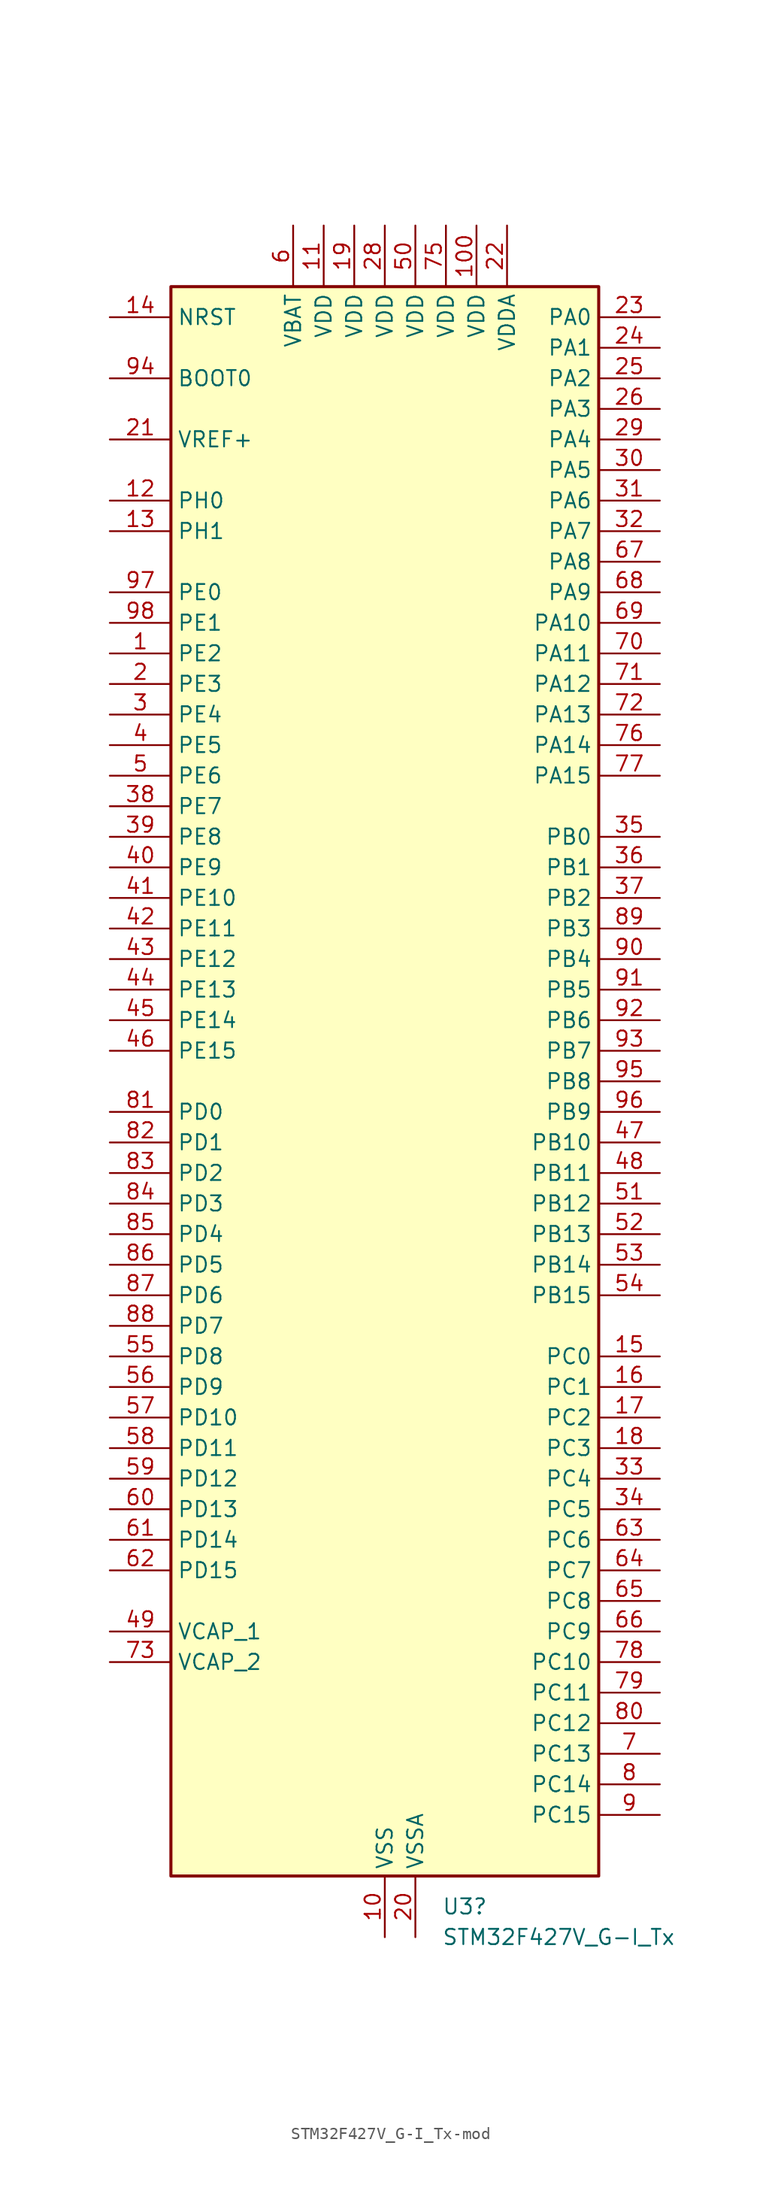
<source format=kicad_sym>
(kicad_symbol_lib
  (version 20241209)
  (generator "kicad_symbol_editor")
  (generator_version "9.0")
  (symbol "STM32F427V_G-I_Tx-mod"
    (property "Reference" "U3"
      (at 4.734 -68.58 0)
      (effects (font (size 1.27 1.27)) (justify left)))
    (property "Value" "STM32F427V_G-I_Tx"
      (at 4.734 -71.12 0)
      (effects (font (size 1.27 1.27)) (justify left)))
    (property "ki_locked" ""
      (at 0 0 0)
      (effects (font (size 1.27 1.27))))
    (symbol "STM32F427V_G-I_Tx-mod_0_1"
      (rectangle (start -17.78 -66.04) (end 17.78 66.04) (stroke (width 0.254) (type default)) (fill (type background))))
    (symbol "STM32F427V_G-I_Tx-mod_1_1"
      (pin input line (at -22.86 63.5 0) (length 5.08) (name "NRST" (effects (font (size 1.27 1.27)))) (number "14" (effects (font (size 1.27 1.27)))))
      (pin input line (at -22.86 58.42 0) (length 5.08) (name "BOOT0" (effects (font (size 1.27 1.27)))) (number "94" (effects (font (size 1.27 1.27)))))
      (pin input line (at -22.86 53.34 0) (length 5.08) (name "VREF+" (effects (font (size 1.27 1.27)))) (number "21" (effects (font (size 1.27 1.27)))))
      (pin bidirectional line (at -22.86 48.26 0) (length 5.08) (name "PH0" (effects (font (size 1.27 1.27)))) (number "12" (effects (font (size 1.27 1.27)))) (alternate "RCC_OSC_IN" bidirectional line))
      (pin bidirectional line (at -22.86 45.72 0) (length 5.08) (name "PH1" (effects (font (size 1.27 1.27)))) (number "13" (effects (font (size 1.27 1.27)))) (alternate "RCC_OSC_OUT" bidirectional line))
      (pin bidirectional line (at -22.86 40.64 0) (length 5.08) (name "PE0" (effects (font (size 1.27 1.27)))) (number "97" (effects (font (size 1.27 1.27)))) (alternate "DCMI_D2" bidirectional line) (alternate "FMC_NBL0" bidirectional line) (alternate "TIM4_ETR" bidirectional line) (alternate "UART8_RX" bidirectional line))
      (pin bidirectional line (at -22.86 38.1 0) (length 5.08) (name "PE1" (effects (font (size 1.27 1.27)))) (number "98" (effects (font (size 1.27 1.27)))) (alternate "DCMI_D3" bidirectional line) (alternate "FMC_NBL1" bidirectional line) (alternate "UART8_TX" bidirectional line))
      (pin bidirectional line (at -22.86 35.56 0) (length 5.08) (name "PE2" (effects (font (size 1.27 1.27)))) (number "1" (effects (font (size 1.27 1.27)))) (alternate "ETH_TXD3" bidirectional line) (alternate "FMC_A23" bidirectional line) (alternate "SAI1_MCLK_A" bidirectional line) (alternate "SPI4_SCK" bidirectional line) (alternate "SYS_TRACECLK" bidirectional line))
      (pin bidirectional line (at -22.86 33.02 0) (length 5.08) (name "PE3" (effects (font (size 1.27 1.27)))) (number "2" (effects (font (size 1.27 1.27)))) (alternate "FMC_A19" bidirectional line) (alternate "SAI1_SD_B" bidirectional line) (alternate "SYS_TRACED0" bidirectional line))
      (pin bidirectional line (at -22.86 30.48 0) (length 5.08) (name "PE4" (effects (font (size 1.27 1.27)))) (number "3" (effects (font (size 1.27 1.27)))) (alternate "DCMI_D4" bidirectional line) (alternate "FMC_A20" bidirectional line) (alternate "SAI1_FS_A" bidirectional line) (alternate "SPI4_NSS" bidirectional line) (alternate "SYS_TRACED1" bidirectional line))
      (pin bidirectional line (at -22.86 27.94 0) (length 5.08) (name "PE5" (effects (font (size 1.27 1.27)))) (number "4" (effects (font (size 1.27 1.27)))) (alternate "DCMI_D6" bidirectional line) (alternate "FMC_A21" bidirectional line) (alternate "SAI1_SCK_A" bidirectional line) (alternate "SPI4_MISO" bidirectional line) (alternate "SYS_TRACED2" bidirectional line) (alternate "TIM9_CH1" bidirectional line))
      (pin bidirectional line (at -22.86 25.4 0) (length 5.08) (name "PE6" (effects (font (size 1.27 1.27)))) (number "5" (effects (font (size 1.27 1.27)))) (alternate "DCMI_D7" bidirectional line) (alternate "FMC_A22" bidirectional line) (alternate "SAI1_SD_A" bidirectional line) (alternate "SPI4_MOSI" bidirectional line) (alternate "SYS_TRACED3" bidirectional line) (alternate "TIM9_CH2" bidirectional line))
      (pin bidirectional line (at -22.86 22.86 0) (length 5.08) (name "PE7" (effects (font (size 1.27 1.27)))) (number "38" (effects (font (size 1.27 1.27)))) (alternate "FMC_D4" bidirectional line) (alternate "FMC_DA4" bidirectional line) (alternate "TIM1_ETR" bidirectional line) (alternate "UART7_RX" bidirectional line))
      (pin bidirectional line (at -22.86 20.32 0) (length 5.08) (name "PE8" (effects (font (size 1.27 1.27)))) (number "39" (effects (font (size 1.27 1.27)))) (alternate "FMC_D5" bidirectional line) (alternate "FMC_DA5" bidirectional line) (alternate "TIM1_CH1N" bidirectional line) (alternate "UART7_TX" bidirectional line))
      (pin bidirectional line (at -22.86 17.78 0) (length 5.08) (name "PE9" (effects (font (size 1.27 1.27)))) (number "40" (effects (font (size 1.27 1.27)))) (alternate "DAC_EXTI9" bidirectional line) (alternate "FMC_D6" bidirectional line) (alternate "FMC_DA6" bidirectional line) (alternate "TIM1_CH1" bidirectional line))
      (pin bidirectional line (at -22.86 15.24 0) (length 5.08) (name "PE10" (effects (font (size 1.27 1.27)))) (number "41" (effects (font (size 1.27 1.27)))) (alternate "FMC_D7" bidirectional line) (alternate "FMC_DA7" bidirectional line) (alternate "TIM1_CH2N" bidirectional line))
      (pin bidirectional line (at -22.86 12.7 0) (length 5.08) (name "PE11" (effects (font (size 1.27 1.27)))) (number "42" (effects (font (size 1.27 1.27)))) (alternate "ADC1_EXTI11" bidirectional line) (alternate "ADC2_EXTI11" bidirectional line) (alternate "ADC3_EXTI11" bidirectional line) (alternate "FMC_D8" bidirectional line) (alternate "FMC_DA8" bidirectional line) (alternate "SPI4_NSS" bidirectional line) (alternate "TIM1_CH2" bidirectional line))
      (pin bidirectional line (at -22.86 10.16 0) (length 5.08) (name "PE12" (effects (font (size 1.27 1.27)))) (number "43" (effects (font (size 1.27 1.27)))) (alternate "FMC_D9" bidirectional line) (alternate "FMC_DA9" bidirectional line) (alternate "SPI4_SCK" bidirectional line) (alternate "TIM1_CH3N" bidirectional line))
      (pin bidirectional line (at -22.86 7.62 0) (length 5.08) (name "PE13" (effects (font (size 1.27 1.27)))) (number "44" (effects (font (size 1.27 1.27)))) (alternate "FMC_D10" bidirectional line) (alternate "FMC_DA10" bidirectional line) (alternate "SPI4_MISO" bidirectional line) (alternate "TIM1_CH3" bidirectional line))
      (pin bidirectional line (at -22.86 5.08 0) (length 5.08) (name "PE14" (effects (font (size 1.27 1.27)))) (number "45" (effects (font (size 1.27 1.27)))) (alternate "FMC_D11" bidirectional line) (alternate "FMC_DA11" bidirectional line) (alternate "SPI4_MOSI" bidirectional line) (alternate "TIM1_CH4" bidirectional line))
      (pin bidirectional line (at -22.86 2.54 0) (length 5.08) (name "PE15" (effects (font (size 1.27 1.27)))) (number "46" (effects (font (size 1.27 1.27)))) (alternate "ADC1_EXTI15" bidirectional line) (alternate "ADC2_EXTI15" bidirectional line) (alternate "ADC3_EXTI15" bidirectional line) (alternate "FMC_D12" bidirectional line) (alternate "FMC_DA12" bidirectional line) (alternate "TIM1_BKIN" bidirectional line))
      (pin bidirectional line (at -22.86 -2.54 0) (length 5.08) (name "PD0" (effects (font (size 1.27 1.27)))) (number "81" (effects (font (size 1.27 1.27)))) (alternate "CAN1_RX" bidirectional line) (alternate "FMC_D2" bidirectional line) (alternate "FMC_DA2" bidirectional line))
      (pin bidirectional line (at -22.86 -5.08 0) (length 5.08) (name "PD1" (effects (font (size 1.27 1.27)))) (number "82" (effects (font (size 1.27 1.27)))) (alternate "CAN1_TX" bidirectional line) (alternate "FMC_D3" bidirectional line) (alternate "FMC_DA3" bidirectional line))
      (pin bidirectional line (at -22.86 -7.62 0) (length 5.08) (name "PD2" (effects (font (size 1.27 1.27)))) (number "83" (effects (font (size 1.27 1.27)))) (alternate "DCMI_D11" bidirectional line) (alternate "SDIO_CMD" bidirectional line) (alternate "TIM3_ETR" bidirectional line) (alternate "UART5_RX" bidirectional line))
      (pin bidirectional line (at -22.86 -10.16 0) (length 5.08) (name "PD3" (effects (font (size 1.27 1.27)))) (number "84" (effects (font (size 1.27 1.27)))) (alternate "DCMI_D5" bidirectional line) (alternate "FMC_CLK" bidirectional line) (alternate "I2S2_CK" bidirectional line) (alternate "SPI2_SCK" bidirectional line) (alternate "USART2_CTS" bidirectional line))
      (pin bidirectional line (at -22.86 -12.7 0) (length 5.08) (name "PD4" (effects (font (size 1.27 1.27)))) (number "85" (effects (font (size 1.27 1.27)))) (alternate "FMC_NOE" bidirectional line) (alternate "USART2_RTS" bidirectional line))
      (pin bidirectional line (at -22.86 -15.24 0) (length 5.08) (name "PD5" (effects (font (size 1.27 1.27)))) (number "86" (effects (font (size 1.27 1.27)))) (alternate "FMC_NWE" bidirectional line) (alternate "USART2_TX" bidirectional line))
      (pin bidirectional line (at -22.86 -17.78 0) (length 5.08) (name "PD6" (effects (font (size 1.27 1.27)))) (number "87" (effects (font (size 1.27 1.27)))) (alternate "DCMI_D10" bidirectional line) (alternate "FMC_NWAIT" bidirectional line) (alternate "I2S3_SD" bidirectional line) (alternate "SAI1_SD_A" bidirectional line) (alternate "SPI3_MOSI" bidirectional line) (alternate "USART2_RX" bidirectional line))
      (pin bidirectional line (at -22.86 -20.32 0) (length 5.08) (name "PD7" (effects (font (size 1.27 1.27)))) (number "88" (effects (font (size 1.27 1.27)))) (alternate "FMC_NCE2" bidirectional line) (alternate "FMC_NE1" bidirectional line) (alternate "USART2_CK" bidirectional line))
      (pin bidirectional line (at -22.86 -22.86 0) (length 5.08) (name "PD8" (effects (font (size 1.27 1.27)))) (number "55" (effects (font (size 1.27 1.27)))) (alternate "FMC_D13" bidirectional line) (alternate "FMC_DA13" bidirectional line) (alternate "USART3_TX" bidirectional line))
      (pin bidirectional line (at -22.86 -25.4 0) (length 5.08) (name "PD9" (effects (font (size 1.27 1.27)))) (number "56" (effects (font (size 1.27 1.27)))) (alternate "DAC_EXTI9" bidirectional line) (alternate "FMC_D14" bidirectional line) (alternate "FMC_DA14" bidirectional line) (alternate "USART3_RX" bidirectional line))
      (pin bidirectional line (at -22.86 -27.94 0) (length 5.08) (name "PD10" (effects (font (size 1.27 1.27)))) (number "57" (effects (font (size 1.27 1.27)))) (alternate "FMC_D15" bidirectional line) (alternate "FMC_DA15" bidirectional line) (alternate "USART3_CK" bidirectional line))
      (pin bidirectional line (at -22.86 -30.48 0) (length 5.08) (name "PD11" (effects (font (size 1.27 1.27)))) (number "58" (effects (font (size 1.27 1.27)))) (alternate "ADC1_EXTI11" bidirectional line) (alternate "ADC2_EXTI11" bidirectional line) (alternate "ADC3_EXTI11" bidirectional line) (alternate "FMC_A16" bidirectional line) (alternate "FMC_CLE" bidirectional line) (alternate "USART3_CTS" bidirectional line))
      (pin bidirectional line (at -22.86 -33.02 0) (length 5.08) (name "PD12" (effects (font (size 1.27 1.27)))) (number "59" (effects (font (size 1.27 1.27)))) (alternate "FMC_A17" bidirectional line) (alternate "FMC_ALE" bidirectional line) (alternate "TIM4_CH1" bidirectional line) (alternate "USART3_RTS" bidirectional line))
      (pin bidirectional line (at -22.86 -35.56 0) (length 5.08) (name "PD13" (effects (font (size 1.27 1.27)))) (number "60" (effects (font (size 1.27 1.27)))) (alternate "FMC_A18" bidirectional line) (alternate "TIM4_CH2" bidirectional line))
      (pin bidirectional line (at -22.86 -38.1 0) (length 5.08) (name "PD14" (effects (font (size 1.27 1.27)))) (number "61" (effects (font (size 1.27 1.27)))) (alternate "FMC_D0" bidirectional line) (alternate "FMC_DA0" bidirectional line) (alternate "TIM4_CH3" bidirectional line))
      (pin bidirectional line (at -22.86 -40.64 0) (length 5.08) (name "PD15" (effects (font (size 1.27 1.27)))) (number "62" (effects (font (size 1.27 1.27)))) (alternate "ADC1_EXTI15" bidirectional line) (alternate "ADC2_EXTI15" bidirectional line) (alternate "ADC3_EXTI15" bidirectional line) (alternate "FMC_D1" bidirectional line) (alternate "FMC_DA1" bidirectional line) (alternate "TIM4_CH4" bidirectional line))
      (pin power_out line (at -22.86 -45.72 0) (length 5.08) (name "VCAP_1" (effects (font (size 1.27 1.27)))) (number "49" (effects (font (size 1.27 1.27)))))
      (pin power_out line (at -22.86 -48.26 0) (length 5.08) (name "VCAP_2" (effects (font (size 1.27 1.27)))) (number "73" (effects (font (size 1.27 1.27)))))
      (pin power_in line (at -7.62 71.12 270) (length 5.08) (name "VBAT" (effects (font (size 1.27 1.27)))) (number "6" (effects (font (size 1.27 1.27)))))
      (pin power_in line (at -5.08 71.12 270) (length 5.08) (name "VDD" (effects (font (size 1.27 1.27)))) (number "11" (effects (font (size 1.27 1.27)))))
      (pin power_in line (at -2.54 71.12 270) (length 5.08) (name "VDD" (effects (font (size 1.27 1.27)))) (number "19" (effects (font (size 1.27 1.27)))))
      (pin power_in line (at 0 71.12 270) (length 5.08) (name "VDD" (effects (font (size 1.27 1.27)))) (number "28" (effects (font (size 1.27 1.27)))))
      (pin power_in line (at 0 -71.12 90) (length 5.08) (name "VSS" (effects (font (size 1.27 1.27)))) (number "10" (effects (font (size 1.27 1.27)))))
      (pin passive line (at 0 -71.12 90) (length 5.08) (hide yes) (name "VSS" (effects (font (size 1.27 1.27)))) (number "27" (effects (font (size 1.27 1.27)))))
      (pin passive line (at 0 -71.12 90) (length 5.08) (hide yes) (name "VSS" (effects (font (size 1.27 1.27)))) (number "74" (effects (font (size 1.27 1.27)))))
      (pin passive line (at 0 -71.12 90) (length 5.08) (hide yes) (name "VSS" (effects (font (size 1.27 1.27)))) (number "99" (effects (font (size 1.27 1.27)))))
      (pin power_in line (at 2.54 71.12 270) (length 5.08) (name "VDD" (effects (font (size 1.27 1.27)))) (number "50" (effects (font (size 1.27 1.27)))))
      (pin power_in line (at 2.54 -71.12 90) (length 5.08) (name "VSSA" (effects (font (size 1.27 1.27)))) (number "20" (effects (font (size 1.27 1.27)))))
      (pin power_in line (at 5.08 71.12 270) (length 5.08) (name "VDD" (effects (font (size 1.27 1.27)))) (number "75" (effects (font (size 1.27 1.27)))))
      (pin power_in line (at 7.62 71.12 270) (length 5.08) (name "VDD" (effects (font (size 1.27 1.27)))) (number "100" (effects (font (size 1.27 1.27)))))
      (pin power_in line (at 10.16 71.12 270) (length 5.08) (name "VDDA" (effects (font (size 1.27 1.27)))) (number "22" (effects (font (size 1.27 1.27)))))
      (pin bidirectional line (at 22.86 63.5 180) (length 5.08) (name "PA0" (effects (font (size 1.27 1.27)))) (number "23" (effects (font (size 1.27 1.27)))) (alternate "ADC1_IN0" bidirectional line) (alternate "ADC2_IN0" bidirectional line) (alternate "ADC3_IN0" bidirectional line) (alternate "ETH_CRS" bidirectional line) (alternate "SYS_WKUP" bidirectional line) (alternate "TIM2_CH1" bidirectional line) (alternate "TIM2_ETR" bidirectional line) (alternate "TIM5_CH1" bidirectional line) (alternate "TIM8_ETR" bidirectional line) (alternate "UART4_TX" bidirectional line) (alternate "USART2_CTS" bidirectional line))
      (pin bidirectional line (at 22.86 60.96 180) (length 5.08) (name "PA1" (effects (font (size 1.27 1.27)))) (number "24" (effects (font (size 1.27 1.27)))) (alternate "ADC1_IN1" bidirectional line) (alternate "ADC2_IN1" bidirectional line) (alternate "ADC3_IN1" bidirectional line) (alternate "ETH_REF_CLK" bidirectional line) (alternate "ETH_RX_CLK" bidirectional line) (alternate "TIM2_CH2" bidirectional line) (alternate "TIM5_CH2" bidirectional line) (alternate "UART4_RX" bidirectional line) (alternate "USART2_RTS" bidirectional line))
      (pin bidirectional line (at 22.86 58.42 180) (length 5.08) (name "PA2" (effects (font (size 1.27 1.27)))) (number "25" (effects (font (size 1.27 1.27)))) (alternate "ADC1_IN2" bidirectional line) (alternate "ADC2_IN2" bidirectional line) (alternate "ADC3_IN2" bidirectional line) (alternate "ETH_MDIO" bidirectional line) (alternate "TIM2_CH3" bidirectional line) (alternate "TIM5_CH3" bidirectional line) (alternate "TIM9_CH1" bidirectional line) (alternate "USART2_TX" bidirectional line))
      (pin bidirectional line (at 22.86 55.88 180) (length 5.08) (name "PA3" (effects (font (size 1.27 1.27)))) (number "26" (effects (font (size 1.27 1.27)))) (alternate "ADC1_IN3" bidirectional line) (alternate "ADC2_IN3" bidirectional line) (alternate "ADC3_IN3" bidirectional line) (alternate "ETH_COL" bidirectional line) (alternate "TIM2_CH4" bidirectional line) (alternate "TIM5_CH4" bidirectional line) (alternate "TIM9_CH2" bidirectional line) (alternate "USART2_RX" bidirectional line) (alternate "USB_OTG_HS_ULPI_D0" bidirectional line))
      (pin bidirectional line (at 22.86 53.34 180) (length 5.08) (name "PA4" (effects (font (size 1.27 1.27)))) (number "29" (effects (font (size 1.27 1.27)))) (alternate "ADC1_IN4" bidirectional line) (alternate "ADC2_IN4" bidirectional line) (alternate "DAC_OUT1" bidirectional line) (alternate "DCMI_HSYNC" bidirectional line) (alternate "I2S3_WS" bidirectional line) (alternate "SPI1_NSS" bidirectional line) (alternate "SPI3_NSS" bidirectional line) (alternate "USART2_CK" bidirectional line) (alternate "USB_OTG_HS_SOF" bidirectional line))
      (pin bidirectional line (at 22.86 50.8 180) (length 5.08) (name "PA5" (effects (font (size 1.27 1.27)))) (number "30" (effects (font (size 1.27 1.27)))) (alternate "ADC1_IN5" bidirectional line) (alternate "ADC2_IN5" bidirectional line) (alternate "DAC_OUT2" bidirectional line) (alternate "SPI1_SCK" bidirectional line) (alternate "TIM2_CH1" bidirectional line) (alternate "TIM2_ETR" bidirectional line) (alternate "TIM8_CH1N" bidirectional line) (alternate "USB_OTG_HS_ULPI_CK" bidirectional line))
      (pin bidirectional line (at 22.86 48.26 180) (length 5.08) (name "PA6" (effects (font (size 1.27 1.27)))) (number "31" (effects (font (size 1.27 1.27)))) (alternate "ADC1_IN6" bidirectional line) (alternate "ADC2_IN6" bidirectional line) (alternate "DCMI_PIXCLK" bidirectional line) (alternate "SPI1_MISO" bidirectional line) (alternate "TIM13_CH1" bidirectional line) (alternate "TIM1_BKIN" bidirectional line) (alternate "TIM3_CH1" bidirectional line) (alternate "TIM8_BKIN" bidirectional line))
      (pin bidirectional line (at 22.86 45.72 180) (length 5.08) (name "PA7" (effects (font (size 1.27 1.27)))) (number "32" (effects (font (size 1.27 1.27)))) (alternate "ADC1_IN7" bidirectional line) (alternate "ADC2_IN7" bidirectional line) (alternate "ETH_CRS_DV" bidirectional line) (alternate "ETH_RX_DV" bidirectional line) (alternate "SPI1_MOSI" bidirectional line) (alternate "TIM14_CH1" bidirectional line) (alternate "TIM1_CH1N" bidirectional line) (alternate "TIM3_CH2" bidirectional line) (alternate "TIM8_CH1N" bidirectional line))
      (pin bidirectional line (at 22.86 43.18 180) (length 5.08) (name "PA8" (effects (font (size 1.27 1.27)))) (number "67" (effects (font (size 1.27 1.27)))) (alternate "I2C3_SCL" bidirectional line) (alternate "RCC_MCO_1" bidirectional line) (alternate "TIM1_CH1" bidirectional line) (alternate "USART1_CK" bidirectional line) (alternate "USB_OTG_FS_SOF" bidirectional line))
      (pin bidirectional line (at 22.86 40.64 180) (length 5.08) (name "PA9" (effects (font (size 1.27 1.27)))) (number "68" (effects (font (size 1.27 1.27)))) (alternate "DAC_EXTI9" bidirectional line) (alternate "DCMI_D0" bidirectional line) (alternate "I2C3_SMBA" bidirectional line) (alternate "TIM1_CH2" bidirectional line) (alternate "USART1_TX" bidirectional line) (alternate "USB_OTG_FS_VBUS" bidirectional line))
      (pin bidirectional line (at 22.86 38.1 180) (length 5.08) (name "PA10" (effects (font (size 1.27 1.27)))) (number "69" (effects (font (size 1.27 1.27)))) (alternate "DCMI_D1" bidirectional line) (alternate "TIM1_CH3" bidirectional line) (alternate "USART1_RX" bidirectional line) (alternate "USB_OTG_FS_ID" bidirectional line))
      (pin bidirectional line (at 22.86 35.56 180) (length 5.08) (name "PA11" (effects (font (size 1.27 1.27)))) (number "70" (effects (font (size 1.27 1.27)))) (alternate "ADC1_EXTI11" bidirectional line) (alternate "ADC2_EXTI11" bidirectional line) (alternate "ADC3_EXTI11" bidirectional line) (alternate "CAN1_RX" bidirectional line) (alternate "TIM1_CH4" bidirectional line) (alternate "USART1_CTS" bidirectional line) (alternate "USB_OTG_FS_DM" bidirectional line))
      (pin bidirectional line (at 22.86 33.02 180) (length 5.08) (name "PA12" (effects (font (size 1.27 1.27)))) (number "71" (effects (font (size 1.27 1.27)))) (alternate "CAN1_TX" bidirectional line) (alternate "TIM1_ETR" bidirectional line) (alternate "USART1_RTS" bidirectional line) (alternate "USB_OTG_FS_DP" bidirectional line))
      (pin bidirectional line (at 22.86 30.48 180) (length 5.08) (name "PA13" (effects (font (size 1.27 1.27)))) (number "72" (effects (font (size 1.27 1.27)))) (alternate "SYS_JTMS-SWDIO" bidirectional line))
      (pin bidirectional line (at 22.86 27.94 180) (length 5.08) (name "PA14" (effects (font (size 1.27 1.27)))) (number "76" (effects (font (size 1.27 1.27)))) (alternate "SYS_JTCK-SWCLK" bidirectional line))
      (pin bidirectional line (at 22.86 25.4 180) (length 5.08) (name "PA15" (effects (font (size 1.27 1.27)))) (number "77" (effects (font (size 1.27 1.27)))) (alternate "ADC1_EXTI15" bidirectional line) (alternate "ADC2_EXTI15" bidirectional line) (alternate "ADC3_EXTI15" bidirectional line) (alternate "I2S3_WS" bidirectional line) (alternate "SPI1_NSS" bidirectional line) (alternate "SPI3_NSS" bidirectional line) (alternate "SYS_JTDI" bidirectional line) (alternate "TIM2_CH1" bidirectional line) (alternate "TIM2_ETR" bidirectional line))
      (pin bidirectional line (at 22.86 20.32 180) (length 5.08) (name "PB0" (effects (font (size 1.27 1.27)))) (number "35" (effects (font (size 1.27 1.27)))) (alternate "ADC1_IN8" bidirectional line) (alternate "ADC2_IN8" bidirectional line) (alternate "ETH_RXD2" bidirectional line) (alternate "TIM1_CH2N" bidirectional line) (alternate "TIM3_CH3" bidirectional line) (alternate "TIM8_CH2N" bidirectional line) (alternate "USB_OTG_HS_ULPI_D1" bidirectional line))
      (pin bidirectional line (at 22.86 17.78 180) (length 5.08) (name "PB1" (effects (font (size 1.27 1.27)))) (number "36" (effects (font (size 1.27 1.27)))) (alternate "ADC1_IN9" bidirectional line) (alternate "ADC2_IN9" bidirectional line) (alternate "ETH_RXD3" bidirectional line) (alternate "TIM1_CH3N" bidirectional line) (alternate "TIM3_CH4" bidirectional line) (alternate "TIM8_CH3N" bidirectional line) (alternate "USB_OTG_HS_ULPI_D2" bidirectional line))
      (pin bidirectional line (at 22.86 15.24 180) (length 5.08) (name "PB2" (effects (font (size 1.27 1.27)))) (number "37" (effects (font (size 1.27 1.27)))))
      (pin bidirectional line (at 22.86 12.7 180) (length 5.08) (name "PB3" (effects (font (size 1.27 1.27)))) (number "89" (effects (font (size 1.27 1.27)))) (alternate "I2S3_CK" bidirectional line) (alternate "SPI1_SCK" bidirectional line) (alternate "SPI3_SCK" bidirectional line) (alternate "SYS_JTDO-SWO" bidirectional line) (alternate "TIM2_CH2" bidirectional line))
      (pin bidirectional line (at 22.86 10.16 180) (length 5.08) (name "PB4" (effects (font (size 1.27 1.27)))) (number "90" (effects (font (size 1.27 1.27)))) (alternate "I2S3_ext_SD" bidirectional line) (alternate "SPI1_MISO" bidirectional line) (alternate "SPI3_MISO" bidirectional line) (alternate "SYS_JTRST" bidirectional line) (alternate "TIM3_CH1" bidirectional line))
      (pin bidirectional line (at 22.86 7.62 180) (length 5.08) (name "PB5" (effects (font (size 1.27 1.27)))) (number "91" (effects (font (size 1.27 1.27)))) (alternate "CAN2_RX" bidirectional line) (alternate "DCMI_D10" bidirectional line) (alternate "ETH_PPS_OUT" bidirectional line) (alternate "FMC_SDCKE1" bidirectional line) (alternate "I2C1_SMBA" bidirectional line) (alternate "I2S3_SD" bidirectional line) (alternate "SPI1_MOSI" bidirectional line) (alternate "SPI3_MOSI" bidirectional line) (alternate "TIM3_CH2" bidirectional line) (alternate "USB_OTG_HS_ULPI_D7" bidirectional line))
      (pin bidirectional line (at 22.86 5.08 180) (length 5.08) (name "PB6" (effects (font (size 1.27 1.27)))) (number "92" (effects (font (size 1.27 1.27)))) (alternate "CAN2_TX" bidirectional line) (alternate "DCMI_D5" bidirectional line) (alternate "FMC_SDNE1" bidirectional line) (alternate "I2C1_SCL" bidirectional line) (alternate "TIM4_CH1" bidirectional line) (alternate "USART1_TX" bidirectional line))
      (pin bidirectional line (at 22.86 2.54 180) (length 5.08) (name "PB7" (effects (font (size 1.27 1.27)))) (number "93" (effects (font (size 1.27 1.27)))) (alternate "DCMI_VSYNC" bidirectional line) (alternate "FMC_NL" bidirectional line) (alternate "I2C1_SDA" bidirectional line) (alternate "TIM4_CH2" bidirectional line) (alternate "USART1_RX" bidirectional line))
      (pin bidirectional line (at 22.86 0 180) (length 5.08) (name "PB8" (effects (font (size 1.27 1.27)))) (number "95" (effects (font (size 1.27 1.27)))) (alternate "CAN1_RX" bidirectional line) (alternate "DCMI_D6" bidirectional line) (alternate "ETH_TXD3" bidirectional line) (alternate "I2C1_SCL" bidirectional line) (alternate "SDIO_D4" bidirectional line) (alternate "TIM10_CH1" bidirectional line) (alternate "TIM4_CH3" bidirectional line))
      (pin bidirectional line (at 22.86 -2.54 180) (length 5.08) (name "PB9" (effects (font (size 1.27 1.27)))) (number "96" (effects (font (size 1.27 1.27)))) (alternate "CAN1_TX" bidirectional line) (alternate "DAC_EXTI9" bidirectional line) (alternate "DCMI_D7" bidirectional line) (alternate "I2C1_SDA" bidirectional line) (alternate "I2S2_WS" bidirectional line) (alternate "SDIO_D5" bidirectional line) (alternate "SPI2_NSS" bidirectional line) (alternate "TIM11_CH1" bidirectional line) (alternate "TIM4_CH4" bidirectional line))
      (pin bidirectional line (at 22.86 -5.08 180) (length 5.08) (name "PB10" (effects (font (size 1.27 1.27)))) (number "47" (effects (font (size 1.27 1.27)))) (alternate "ETH_RX_ER" bidirectional line) (alternate "I2C2_SCL" bidirectional line) (alternate "I2S2_CK" bidirectional line) (alternate "SPI2_SCK" bidirectional line) (alternate "TIM2_CH3" bidirectional line) (alternate "USART3_TX" bidirectional line) (alternate "USB_OTG_HS_ULPI_D3" bidirectional line))
      (pin bidirectional line (at 22.86 -7.62 180) (length 5.08) (name "PB11" (effects (font (size 1.27 1.27)))) (number "48" (effects (font (size 1.27 1.27)))) (alternate "ADC1_EXTI11" bidirectional line) (alternate "ADC2_EXTI11" bidirectional line) (alternate "ADC3_EXTI11" bidirectional line) (alternate "ETH_TX_EN" bidirectional line) (alternate "I2C2_SDA" bidirectional line) (alternate "TIM2_CH4" bidirectional line) (alternate "USART3_RX" bidirectional line) (alternate "USB_OTG_HS_ULPI_D4" bidirectional line))
      (pin bidirectional line (at 22.86 -10.16 180) (length 5.08) (name "PB12" (effects (font (size 1.27 1.27)))) (number "51" (effects (font (size 1.27 1.27)))) (alternate "CAN2_RX" bidirectional line) (alternate "ETH_TXD0" bidirectional line) (alternate "I2C2_SMBA" bidirectional line) (alternate "I2S2_WS" bidirectional line) (alternate "SPI2_NSS" bidirectional line) (alternate "TIM1_BKIN" bidirectional line) (alternate "USART3_CK" bidirectional line) (alternate "USB_OTG_HS_ID" bidirectional line) (alternate "USB_OTG_HS_ULPI_D5" bidirectional line))
      (pin bidirectional line (at 22.86 -12.7 180) (length 5.08) (name "PB13" (effects (font (size 1.27 1.27)))) (number "52" (effects (font (size 1.27 1.27)))) (alternate "CAN2_TX" bidirectional line) (alternate "ETH_TXD1" bidirectional line) (alternate "I2S2_CK" bidirectional line) (alternate "SPI2_SCK" bidirectional line) (alternate "TIM1_CH1N" bidirectional line) (alternate "USART3_CTS" bidirectional line) (alternate "USB_OTG_HS_ULPI_D6" bidirectional line) (alternate "USB_OTG_HS_VBUS" bidirectional line))
      (pin bidirectional line (at 22.86 -15.24 180) (length 5.08) (name "PB14" (effects (font (size 1.27 1.27)))) (number "53" (effects (font (size 1.27 1.27)))) (alternate "I2S2_ext_SD" bidirectional line) (alternate "SPI2_MISO" bidirectional line) (alternate "TIM12_CH1" bidirectional line) (alternate "TIM1_CH2N" bidirectional line) (alternate "TIM8_CH2N" bidirectional line) (alternate "USART3_RTS" bidirectional line) (alternate "USB_OTG_HS_DM" bidirectional line))
      (pin bidirectional line (at 22.86 -17.78 180) (length 5.08) (name "PB15" (effects (font (size 1.27 1.27)))) (number "54" (effects (font (size 1.27 1.27)))) (alternate "ADC1_EXTI15" bidirectional line) (alternate "ADC2_EXTI15" bidirectional line) (alternate "ADC3_EXTI15" bidirectional line) (alternate "I2S2_SD" bidirectional line) (alternate "RTC_REFIN" bidirectional line) (alternate "SPI2_MOSI" bidirectional line) (alternate "TIM12_CH2" bidirectional line) (alternate "TIM1_CH3N" bidirectional line) (alternate "TIM8_CH3N" bidirectional line) (alternate "USB_OTG_HS_DP" bidirectional line))
      (pin bidirectional line (at 22.86 -22.86 180) (length 5.08) (name "PC0" (effects (font (size 1.27 1.27)))) (number "15" (effects (font (size 1.27 1.27)))) (alternate "ADC1_IN10" bidirectional line) (alternate "ADC2_IN10" bidirectional line) (alternate "ADC3_IN10" bidirectional line) (alternate "FMC_SDNWE" bidirectional line) (alternate "USB_OTG_HS_ULPI_STP" bidirectional line))
      (pin bidirectional line (at 22.86 -25.4 180) (length 5.08) (name "PC1" (effects (font (size 1.27 1.27)))) (number "16" (effects (font (size 1.27 1.27)))) (alternate "ADC1_IN11" bidirectional line) (alternate "ADC2_IN11" bidirectional line) (alternate "ADC3_IN11" bidirectional line) (alternate "ETH_MDC" bidirectional line))
      (pin bidirectional line (at 22.86 -27.94 180) (length 5.08) (name "PC2" (effects (font (size 1.27 1.27)))) (number "17" (effects (font (size 1.27 1.27)))) (alternate "ADC1_IN12" bidirectional line) (alternate "ADC2_IN12" bidirectional line) (alternate "ADC3_IN12" bidirectional line) (alternate "ETH_TXD2" bidirectional line) (alternate "FMC_SDNE0" bidirectional line) (alternate "I2S2_ext_SD" bidirectional line) (alternate "SPI2_MISO" bidirectional line) (alternate "USB_OTG_HS_ULPI_DIR" bidirectional line))
      (pin bidirectional line (at 22.86 -30.48 180) (length 5.08) (name "PC3" (effects (font (size 1.27 1.27)))) (number "18" (effects (font (size 1.27 1.27)))) (alternate "ADC1_IN13" bidirectional line) (alternate "ADC2_IN13" bidirectional line) (alternate "ADC3_IN13" bidirectional line) (alternate "ETH_TX_CLK" bidirectional line) (alternate "FMC_SDCKE0" bidirectional line) (alternate "I2S2_SD" bidirectional line) (alternate "SPI2_MOSI" bidirectional line) (alternate "USB_OTG_HS_ULPI_NXT" bidirectional line))
      (pin bidirectional line (at 22.86 -33.02 180) (length 5.08) (name "PC4" (effects (font (size 1.27 1.27)))) (number "33" (effects (font (size 1.27 1.27)))) (alternate "ADC1_IN14" bidirectional line) (alternate "ADC2_IN14" bidirectional line) (alternate "ETH_RXD0" bidirectional line) (alternate "GPIO_OUTPUT" output line))
      (pin bidirectional line (at 22.86 -35.56 180) (length 5.08) (name "PC5" (effects (font (size 1.27 1.27)))) (number "34" (effects (font (size 1.27 1.27)))) (alternate "ADC1_IN15" bidirectional line) (alternate "ADC2_IN15" bidirectional line) (alternate "ETH_RXD1" bidirectional line))
      (pin bidirectional line (at 22.86 -38.1 180) (length 5.08) (name "PC6" (effects (font (size 1.27 1.27)))) (number "63" (effects (font (size 1.27 1.27)))) (alternate "DCMI_D0" bidirectional line) (alternate "I2S2_MCK" bidirectional line) (alternate "SDIO_D6" bidirectional line) (alternate "TIM3_CH1" bidirectional line) (alternate "TIM8_CH1" bidirectional line) (alternate "USART6_TX" bidirectional line))
      (pin bidirectional line (at 22.86 -40.64 180) (length 5.08) (name "PC7" (effects (font (size 1.27 1.27)))) (number "64" (effects (font (size 1.27 1.27)))) (alternate "DCMI_D1" bidirectional line) (alternate "I2S3_MCK" bidirectional line) (alternate "SDIO_D7" bidirectional line) (alternate "TIM3_CH2" bidirectional line) (alternate "TIM8_CH2" bidirectional line) (alternate "USART6_RX" bidirectional line))
      (pin bidirectional line (at 22.86 -43.18 180) (length 5.08) (name "PC8" (effects (font (size 1.27 1.27)))) (number "65" (effects (font (size 1.27 1.27)))) (alternate "DCMI_D2" bidirectional line) (alternate "SDIO_D0" bidirectional line) (alternate "TIM3_CH3" bidirectional line) (alternate "TIM8_CH3" bidirectional line) (alternate "USART6_CK" bidirectional line))
      (pin bidirectional line (at 22.86 -45.72 180) (length 5.08) (name "PC9" (effects (font (size 1.27 1.27)))) (number "66" (effects (font (size 1.27 1.27)))) (alternate "DAC_EXTI9" bidirectional line) (alternate "DCMI_D3" bidirectional line) (alternate "I2C3_SDA" bidirectional line) (alternate "I2S_CKIN" bidirectional line) (alternate "RCC_MCO_2" bidirectional line) (alternate "SDIO_D1" bidirectional line) (alternate "TIM3_CH4" bidirectional line) (alternate "TIM8_CH4" bidirectional line))
      (pin bidirectional line (at 22.86 -48.26 180) (length 5.08) (name "PC10" (effects (font (size 1.27 1.27)))) (number "78" (effects (font (size 1.27 1.27)))) (alternate "DCMI_D8" bidirectional line) (alternate "I2S3_CK" bidirectional line) (alternate "SDIO_D2" bidirectional line) (alternate "SPI3_SCK" bidirectional line) (alternate "UART4_TX" bidirectional line) (alternate "USART3_TX" bidirectional line))
      (pin bidirectional line (at 22.86 -50.8 180) (length 5.08) (name "PC11" (effects (font (size 1.27 1.27)))) (number "79" (effects (font (size 1.27 1.27)))) (alternate "ADC1_EXTI11" bidirectional line) (alternate "ADC2_EXTI11" bidirectional line) (alternate "ADC3_EXTI11" bidirectional line) (alternate "DCMI_D4" bidirectional line) (alternate "I2S3_ext_SD" bidirectional line) (alternate "SDIO_D3" bidirectional line) (alternate "SPI3_MISO" bidirectional line) (alternate "UART4_RX" bidirectional line) (alternate "USART3_RX" bidirectional line))
      (pin bidirectional line (at 22.86 -53.34 180) (length 5.08) (name "PC12" (effects (font (size 1.27 1.27)))) (number "80" (effects (font (size 1.27 1.27)))) (alternate "DCMI_D9" bidirectional line) (alternate "I2S3_SD" bidirectional line) (alternate "SDIO_CK" bidirectional line) (alternate "SPI3_MOSI" bidirectional line) (alternate "UART5_TX" bidirectional line) (alternate "USART3_CK" bidirectional line))
      (pin bidirectional line (at 22.86 -55.88 180) (length 5.08) (name "PC13" (effects (font (size 1.27 1.27)))) (number "7" (effects (font (size 1.27 1.27)))) (alternate "RTC_AF1" bidirectional line))
      (pin bidirectional line (at 22.86 -58.42 180) (length 5.08) (name "PC14" (effects (font (size 1.27 1.27)))) (number "8" (effects (font (size 1.27 1.27)))) (alternate "RCC_OSC32_IN" bidirectional line))
      (pin bidirectional line (at 22.86 -60.96 180) (length 5.08) (name "PC15" (effects (font (size 1.27 1.27)))) (number "9" (effects (font (size 1.27 1.27)))) (alternate "ADC1_EXTI15" bidirectional line) (alternate "ADC2_EXTI15" bidirectional line) (alternate "ADC3_EXTI15" bidirectional line) (alternate "RCC_OSC32_OUT" bidirectional line)))))
</source>
